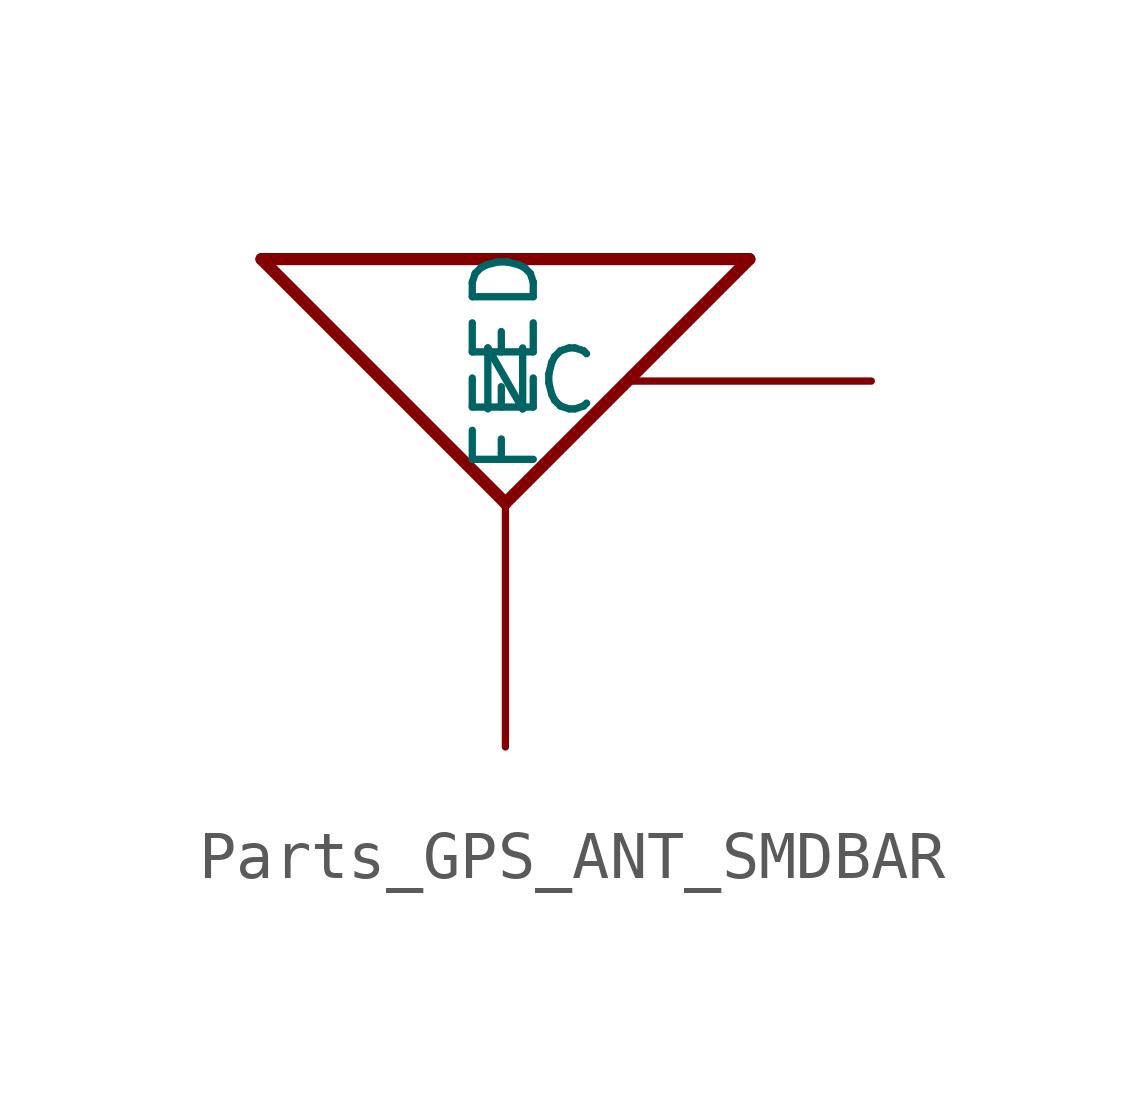
<source format=kicad_sym>
(kicad_symbol_lib
  (version 20231120)
  (generator "kicad_symbol_editor")
  (generator_version "8.0")
  (symbol "Parts_GPS_ANT_SMDBAR"
    (property "Reference" "ANT"
      (at -5.08 7.62 0)
      (effects (font (size 1.27 1.079)) (justify left bottom) (hide yes)))
    (property "ki_locked" ""
      (at 0 0 0)
      (effects (font (size 1.27 1.27))))
    (symbol "Parts_GPS_ANT_SMDBAR_1_0"
      (polyline (pts (xy -5.08 5.08) (xy 0 0)) (stroke (width 0.254) (type solid)) (fill (type none)))
      (polyline (pts (xy 0 0) (xy 5.08 5.08)) (stroke (width 0.254) (type solid)) (fill (type none)))
      (polyline (pts (xy 5.08 5.08) (xy -5.08 5.08)) (stroke (width 0.254) (type solid)) (fill (type none)))
      (pin bidirectional line (at 0 -5.08 90) (length 5.08) (name "FEED" (effects (font (size 1.27 1.27)))) (number "FEED" (effects (font (size 0 0)))))
      (pin bidirectional line (at 7.62 2.54 180) (length 5.08) (name "NC" (effects (font (size 1.27 1.27)))) (number "NC" (effects (font (size 0 0))))))))
</source>
